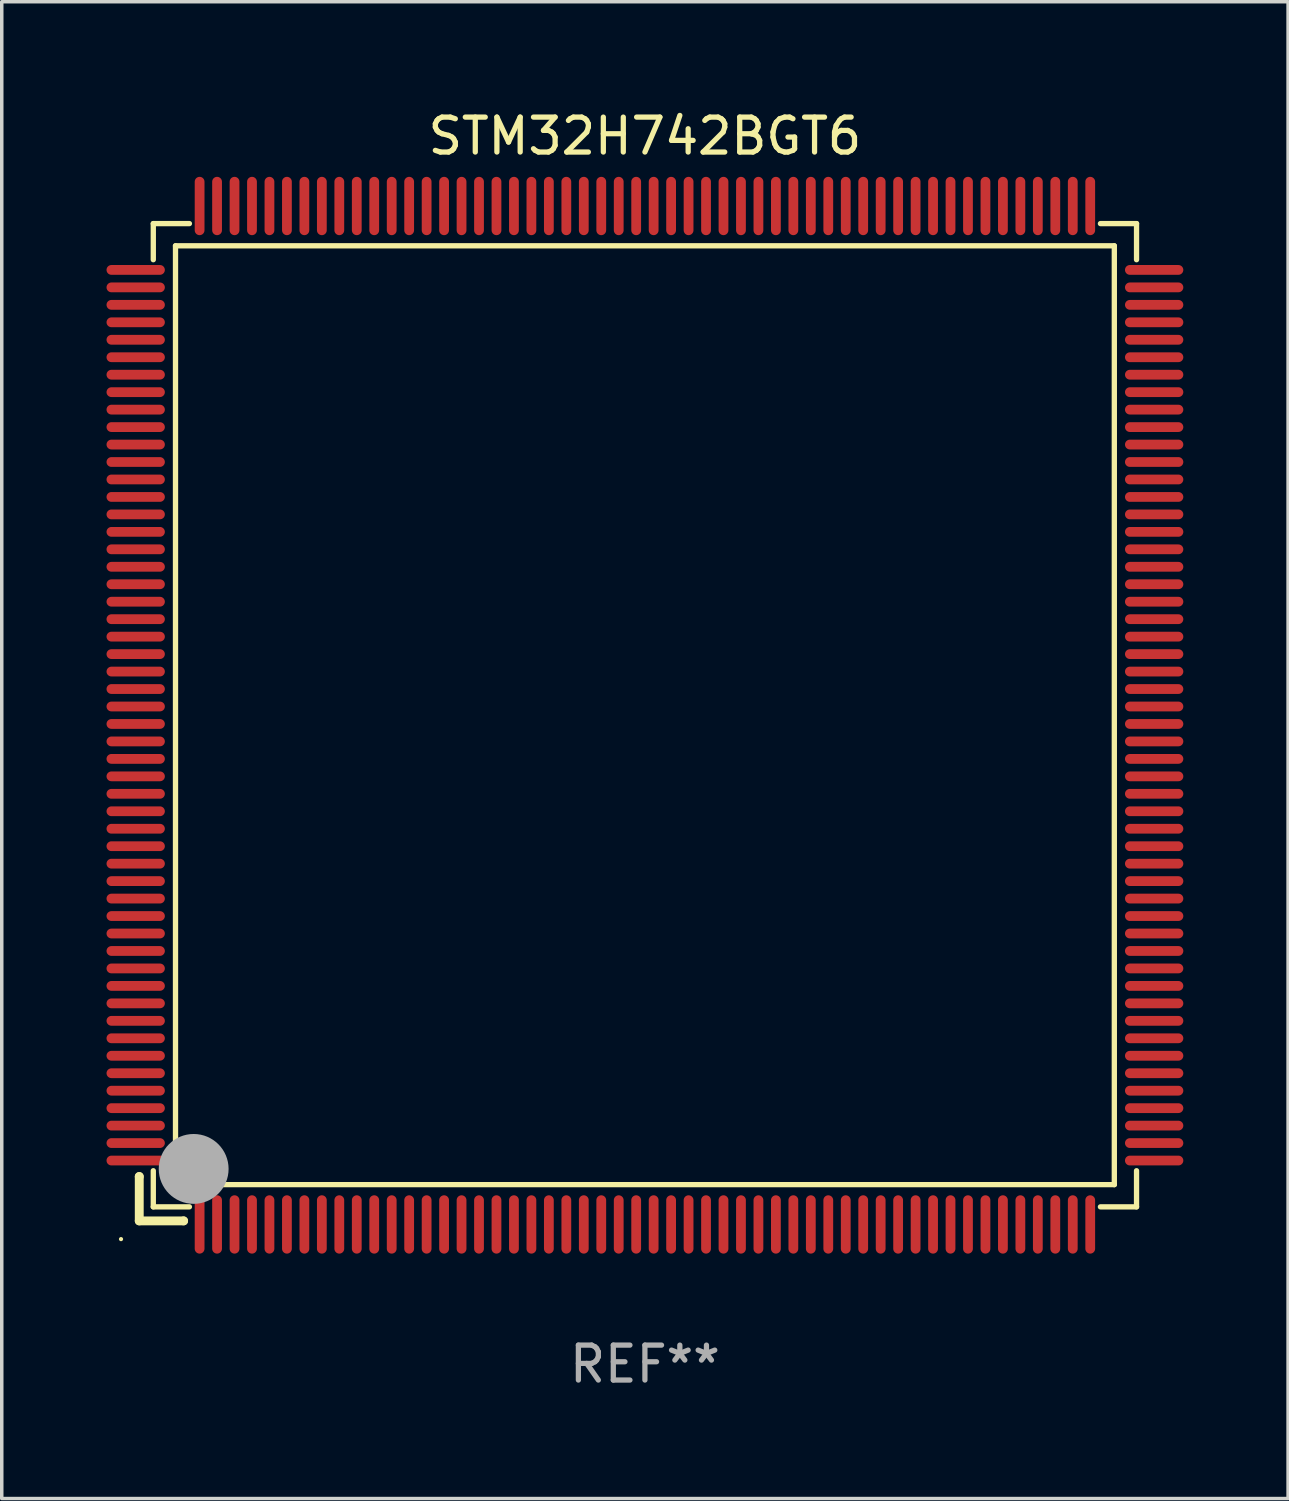
<source format=kicad_pcb>
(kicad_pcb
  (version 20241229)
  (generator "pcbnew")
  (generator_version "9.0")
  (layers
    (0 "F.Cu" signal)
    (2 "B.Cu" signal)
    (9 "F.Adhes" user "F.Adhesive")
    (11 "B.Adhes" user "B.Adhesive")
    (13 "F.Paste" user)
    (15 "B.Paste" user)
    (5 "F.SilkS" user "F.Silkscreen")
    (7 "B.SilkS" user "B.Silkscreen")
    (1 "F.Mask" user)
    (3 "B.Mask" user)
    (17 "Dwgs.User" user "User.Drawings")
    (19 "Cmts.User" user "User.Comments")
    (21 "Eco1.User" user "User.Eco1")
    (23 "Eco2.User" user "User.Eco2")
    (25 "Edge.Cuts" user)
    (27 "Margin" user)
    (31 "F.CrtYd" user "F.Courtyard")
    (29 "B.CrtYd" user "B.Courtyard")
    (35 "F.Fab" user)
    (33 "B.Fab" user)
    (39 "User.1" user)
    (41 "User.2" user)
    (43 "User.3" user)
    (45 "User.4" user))
  (footprint "STM32H742BGT6"
    (layer "F.Cu")
    (at 15.415 17.428)
    (property "Reference" "STM32H742BGT6" (at 0 -16.58 0) (layer "F.SilkS") (effects (font (size 1 1) (thickness 0.15))))
    (attr through_hole)
    (fp_line (start -14.478 13.208) (end -14.478 13.208) (stroke (width 0.254) (type solid)) (layer "F.SilkS"))
    (fp_line (start -14.478 13.208) (end -14.478 14.478) (stroke (width 0.254) (type solid)) (layer "F.SilkS"))
    (fp_line (start -14.478 14.478) (end -13.208 14.478) (stroke (width 0.254) (type solid)) (layer "F.SilkS"))
    (fp_line (start -14.076 -14.076) (end -14.076 -13.042) (stroke (width 0.152) (type solid)) (layer "F.SilkS"))
    (fp_line (start -14.076 14.076) (end -14.076 13.042) (stroke (width 0.152) (type solid)) (layer "F.SilkS"))
    (fp_line (start -13.44 -13.44) (end 13.44 -13.44) (stroke (width 0.152) (type solid)) (layer "F.SilkS"))
    (fp_line (start -13.44 13.44) (end -13.44 -13.44) (stroke (width 0.152) (type solid)) (layer "F.SilkS"))
    (fp_line (start -13.208 14.478) (end -13.208 14.478) (stroke (width 0.254) (type solid)) (layer "F.SilkS"))
    (fp_line (start -13.042 -14.076) (end -14.076 -14.076) (stroke (width 0.152) (type solid)) (layer "F.SilkS"))
    (fp_line (start -13.042 14.076) (end -14.076 14.076) (stroke (width 0.152) (type solid)) (layer "F.SilkS"))
    (fp_line (start 13.042 -14.076) (end 14.076 -14.076) (stroke (width 0.152) (type solid)) (layer "F.SilkS"))
    (fp_line (start 13.042 14.076) (end 14.076 14.076) (stroke (width 0.152) (type solid)) (layer "F.SilkS"))
    (fp_line (start 13.44 -13.44) (end 13.44 13.44) (stroke (width 0.152) (type solid)) (layer "F.SilkS"))
    (fp_line (start 13.44 13.44) (end -13.44 13.44) (stroke (width 0.152) (type solid)) (layer "F.SilkS"))
    (fp_line (start 14.076 -14.076) (end 14.076 -13.042) (stroke (width 0.152) (type solid)) (layer "F.SilkS"))
    (fp_line (start 14.076 14.076) (end 14.076 13.042) (stroke (width 0.152) (type solid)) (layer "F.SilkS"))
    (fp_circle (center -15 15) (end -14.97 15) (stroke (width 0.06) (type solid)) (fill no) (layer "F.SilkS"))
    (fp_circle (center -13.138 13.138) (end -13.063 13.138) (stroke (width 0.15) (type solid)) (fill no) (layer "F.SilkS"))
    (fp_circle (center -12.92 12.99) (end -12.42 12.99) (stroke (width 1) (type solid)) (fill no) (layer "F.Fab"))
    (fp_text user "REF**" (at 0 18.58 0) (layer "F.Fab") (effects (font (size 1 1) (thickness 0.15))))
    (pad "1" smd oval (at -12.75 14.58) (size 0.28 1.67) (layers "F.Cu" "F.Mask" "F.Paste"))
    (pad "2" smd oval (at -12.25 14.58) (size 0.28 1.67) (layers "F.Cu" "F.Mask" "F.Paste"))
    (pad "3" smd oval (at -11.75 14.58) (size 0.28 1.67) (layers "F.Cu" "F.Mask" "F.Paste"))
    (pad "4" smd oval (at -11.25 14.58) (size 0.28 1.67) (layers "F.Cu" "F.Mask" "F.Paste"))
    (pad "5" smd oval (at -10.75 14.58) (size 0.28 1.67) (layers "F.Cu" "F.Mask" "F.Paste"))
    (pad "6" smd oval (at -10.25 14.58) (size 0.28 1.67) (layers "F.Cu" "F.Mask" "F.Paste"))
    (pad "7" smd oval (at -9.75 14.58) (size 0.28 1.67) (layers "F.Cu" "F.Mask" "F.Paste"))
    (pad "8" smd oval (at -9.25 14.58) (size 0.28 1.67) (layers "F.Cu" "F.Mask" "F.Paste"))
    (pad "9" smd oval (at -8.75 14.58) (size 0.28 1.67) (layers "F.Cu" "F.Mask" "F.Paste"))
    (pad "10" smd oval (at -8.25 14.58) (size 0.28 1.67) (layers "F.Cu" "F.Mask" "F.Paste"))
    (pad "11" smd oval (at -7.75 14.58) (size 0.28 1.67) (layers "F.Cu" "F.Mask" "F.Paste"))
    (pad "12" smd oval (at -7.25 14.58) (size 0.28 1.67) (layers "F.Cu" "F.Mask" "F.Paste"))
    (pad "13" smd oval (at -6.75 14.58) (size 0.28 1.67) (layers "F.Cu" "F.Mask" "F.Paste"))
    (pad "14" smd oval (at -6.25 14.58) (size 0.28 1.67) (layers "F.Cu" "F.Mask" "F.Paste"))
    (pad "15" smd oval (at -5.75 14.58) (size 0.28 1.67) (layers "F.Cu" "F.Mask" "F.Paste"))
    (pad "16" smd oval (at -5.25 14.58) (size 0.28 1.67) (layers "F.Cu" "F.Mask" "F.Paste"))
    (pad "17" smd oval (at -4.75 14.58) (size 0.28 1.67) (layers "F.Cu" "F.Mask" "F.Paste"))
    (pad "18" smd oval (at -4.25 14.58) (size 0.28 1.67) (layers "F.Cu" "F.Mask" "F.Paste"))
    (pad "19" smd oval (at -3.75 14.58) (size 0.28 1.67) (layers "F.Cu" "F.Mask" "F.Paste"))
    (pad "20" smd oval (at -3.25 14.58) (size 0.28 1.67) (layers "F.Cu" "F.Mask" "F.Paste"))
    (pad "21" smd oval (at -2.75 14.58) (size 0.28 1.67) (layers "F.Cu" "F.Mask" "F.Paste"))
    (pad "22" smd oval (at -2.25 14.58) (size 0.28 1.67) (layers "F.Cu" "F.Mask" "F.Paste"))
    (pad "23" smd oval (at -1.75 14.58) (size 0.28 1.67) (layers "F.Cu" "F.Mask" "F.Paste"))
    (pad "24" smd oval (at -1.25 14.58) (size 0.28 1.67) (layers "F.Cu" "F.Mask" "F.Paste"))
    (pad "25" smd oval (at -0.75 14.58) (size 0.28 1.67) (layers "F.Cu" "F.Mask" "F.Paste"))
    (pad "26" smd oval (at -0.25 14.58) (size 0.28 1.67) (layers "F.Cu" "F.Mask" "F.Paste"))
    (pad "27" smd oval (at 0.25 14.58) (size 0.28 1.67) (layers "F.Cu" "F.Mask" "F.Paste"))
    (pad "28" smd oval (at 0.75 14.58) (size 0.28 1.67) (layers "F.Cu" "F.Mask" "F.Paste"))
    (pad "29" smd oval (at 1.25 14.58) (size 0.28 1.67) (layers "F.Cu" "F.Mask" "F.Paste"))
    (pad "30" smd oval (at 1.75 14.58) (size 0.28 1.67) (layers "F.Cu" "F.Mask" "F.Paste"))
    (pad "31" smd oval (at 2.25 14.58) (size 0.28 1.67) (layers "F.Cu" "F.Mask" "F.Paste"))
    (pad "32" smd oval (at 2.75 14.58) (size 0.28 1.67) (layers "F.Cu" "F.Mask" "F.Paste"))
    (pad "33" smd oval (at 3.25 14.58) (size 0.28 1.67) (layers "F.Cu" "F.Mask" "F.Paste"))
    (pad "34" smd oval (at 3.75 14.58) (size 0.28 1.67) (layers "F.Cu" "F.Mask" "F.Paste"))
    (pad "35" smd oval (at 4.25 14.58) (size 0.28 1.67) (layers "F.Cu" "F.Mask" "F.Paste"))
    (pad "36" smd oval (at 4.75 14.58) (size 0.28 1.67) (layers "F.Cu" "F.Mask" "F.Paste"))
    (pad "37" smd oval (at 5.25 14.58) (size 0.28 1.67) (layers "F.Cu" "F.Mask" "F.Paste"))
    (pad "38" smd oval (at 5.75 14.58) (size 0.28 1.67) (layers "F.Cu" "F.Mask" "F.Paste"))
    (pad "39" smd oval (at 6.25 14.58) (size 0.28 1.67) (layers "F.Cu" "F.Mask" "F.Paste"))
    (pad "40" smd oval (at 6.75 14.58) (size 0.28 1.67) (layers "F.Cu" "F.Mask" "F.Paste"))
    (pad "41" smd oval (at 7.25 14.58) (size 0.28 1.67) (layers "F.Cu" "F.Mask" "F.Paste"))
    (pad "42" smd oval (at 7.75 14.58) (size 0.28 1.67) (layers "F.Cu" "F.Mask" "F.Paste"))
    (pad "43" smd oval (at 8.25 14.58) (size 0.28 1.67) (layers "F.Cu" "F.Mask" "F.Paste"))
    (pad "44" smd oval (at 8.75 14.58) (size 0.28 1.67) (layers "F.Cu" "F.Mask" "F.Paste"))
    (pad "45" smd oval (at 9.25 14.58) (size 0.28 1.67) (layers "F.Cu" "F.Mask" "F.Paste"))
    (pad "46" smd oval (at 9.75 14.58) (size 0.28 1.67) (layers "F.Cu" "F.Mask" "F.Paste"))
    (pad "47" smd oval (at 10.25 14.58) (size 0.28 1.67) (layers "F.Cu" "F.Mask" "F.Paste"))
    (pad "48" smd oval (at 10.75 14.58) (size 0.28 1.67) (layers "F.Cu" "F.Mask" "F.Paste"))
    (pad "49" smd oval (at 11.25 14.58) (size 0.28 1.67) (layers "F.Cu" "F.Mask" "F.Paste"))
    (pad "50" smd oval (at 11.75 14.58) (size 0.28 1.67) (layers "F.Cu" "F.Mask" "F.Paste"))
    (pad "51" smd oval (at 12.25 14.58) (size 0.28 1.67) (layers "F.Cu" "F.Mask" "F.Paste"))
    (pad "52" smd oval (at 12.75 14.58) (size 0.28 1.67) (layers "F.Cu" "F.Mask" "F.Paste"))
    (pad "53" smd oval (at 14.58 12.75) (size 1.67 0.28) (layers "F.Cu" "F.Mask" "F.Paste"))
    (pad "54" smd oval (at 14.58 12.25) (size 1.67 0.28) (layers "F.Cu" "F.Mask" "F.Paste"))
    (pad "55" smd oval (at 14.58 11.75) (size 1.67 0.28) (layers "F.Cu" "F.Mask" "F.Paste"))
    (pad "56" smd oval (at 14.58 11.25) (size 1.67 0.28) (layers "F.Cu" "F.Mask" "F.Paste"))
    (pad "57" smd oval (at 14.58 10.75) (size 1.67 0.28) (layers "F.Cu" "F.Mask" "F.Paste"))
    (pad "58" smd oval (at 14.58 10.25) (size 1.67 0.28) (layers "F.Cu" "F.Mask" "F.Paste"))
    (pad "59" smd oval (at 14.58 9.75) (size 1.67 0.28) (layers "F.Cu" "F.Mask" "F.Paste"))
    (pad "60" smd oval (at 14.58 9.25) (size 1.67 0.28) (layers "F.Cu" "F.Mask" "F.Paste"))
    (pad "61" smd oval (at 14.58 8.75) (size 1.67 0.28) (layers "F.Cu" "F.Mask" "F.Paste"))
    (pad "62" smd oval (at 14.58 8.25) (size 1.67 0.28) (layers "F.Cu" "F.Mask" "F.Paste"))
    (pad "63" smd oval (at 14.58 7.75) (size 1.67 0.28) (layers "F.Cu" "F.Mask" "F.Paste"))
    (pad "64" smd oval (at 14.58 7.25) (size 1.67 0.28) (layers "F.Cu" "F.Mask" "F.Paste"))
    (pad "65" smd oval (at 14.58 6.75) (size 1.67 0.28) (layers "F.Cu" "F.Mask" "F.Paste"))
    (pad "66" smd oval (at 14.58 6.25) (size 1.67 0.28) (layers "F.Cu" "F.Mask" "F.Paste"))
    (pad "67" smd oval (at 14.58 5.75) (size 1.67 0.28) (layers "F.Cu" "F.Mask" "F.Paste"))
    (pad "68" smd oval (at 14.58 5.25) (size 1.67 0.28) (layers "F.Cu" "F.Mask" "F.Paste"))
    (pad "69" smd oval (at 14.58 4.75) (size 1.67 0.28) (layers "F.Cu" "F.Mask" "F.Paste"))
    (pad "70" smd oval (at 14.58 4.25) (size 1.67 0.28) (layers "F.Cu" "F.Mask" "F.Paste"))
    (pad "71" smd oval (at 14.58 3.75) (size 1.67 0.28) (layers "F.Cu" "F.Mask" "F.Paste"))
    (pad "72" smd oval (at 14.58 3.25) (size 1.67 0.28) (layers "F.Cu" "F.Mask" "F.Paste"))
    (pad "73" smd oval (at 14.58 2.75) (size 1.67 0.28) (layers "F.Cu" "F.Mask" "F.Paste"))
    (pad "74" smd oval (at 14.58 2.25) (size 1.67 0.28) (layers "F.Cu" "F.Mask" "F.Paste"))
    (pad "75" smd oval (at 14.58 1.75) (size 1.67 0.28) (layers "F.Cu" "F.Mask" "F.Paste"))
    (pad "76" smd oval (at 14.58 1.25) (size 1.67 0.28) (layers "F.Cu" "F.Mask" "F.Paste"))
    (pad "77" smd oval (at 14.58 0.75) (size 1.67 0.28) (layers "F.Cu" "F.Mask" "F.Paste"))
    (pad "78" smd oval (at 14.58 0.25) (size 1.67 0.28) (layers "F.Cu" "F.Mask" "F.Paste"))
    (pad "79" smd oval (at 14.58 -0.25) (size 1.67 0.28) (layers "F.Cu" "F.Mask" "F.Paste"))
    (pad "80" smd oval (at 14.58 -0.75) (size 1.67 0.28) (layers "F.Cu" "F.Mask" "F.Paste"))
    (pad "81" smd oval (at 14.58 -1.25) (size 1.67 0.28) (layers "F.Cu" "F.Mask" "F.Paste"))
    (pad "82" smd oval (at 14.58 -1.75) (size 1.67 0.28) (layers "F.Cu" "F.Mask" "F.Paste"))
    (pad "83" smd oval (at 14.58 -2.25) (size 1.67 0.28) (layers "F.Cu" "F.Mask" "F.Paste"))
    (pad "84" smd oval (at 14.58 -2.75) (size 1.67 0.28) (layers "F.Cu" "F.Mask" "F.Paste"))
    (pad "85" smd oval (at 14.58 -3.25) (size 1.67 0.28) (layers "F.Cu" "F.Mask" "F.Paste"))
    (pad "86" smd oval (at 14.58 -3.75) (size 1.67 0.28) (layers "F.Cu" "F.Mask" "F.Paste"))
    (pad "87" smd oval (at 14.58 -4.25) (size 1.67 0.28) (layers "F.Cu" "F.Mask" "F.Paste"))
    (pad "88" smd oval (at 14.58 -4.75) (size 1.67 0.28) (layers "F.Cu" "F.Mask" "F.Paste"))
    (pad "89" smd oval (at 14.58 -5.25) (size 1.67 0.28) (layers "F.Cu" "F.Mask" "F.Paste"))
    (pad "90" smd oval (at 14.58 -5.75) (size 1.67 0.28) (layers "F.Cu" "F.Mask" "F.Paste"))
    (pad "91" smd oval (at 14.58 -6.25) (size 1.67 0.28) (layers "F.Cu" "F.Mask" "F.Paste"))
    (pad "92" smd oval (at 14.58 -6.75) (size 1.67 0.28) (layers "F.Cu" "F.Mask" "F.Paste"))
    (pad "93" smd oval (at 14.58 -7.25) (size 1.67 0.28) (layers "F.Cu" "F.Mask" "F.Paste"))
    (pad "94" smd oval (at 14.58 -7.75) (size 1.67 0.28) (layers "F.Cu" "F.Mask" "F.Paste"))
    (pad "95" smd oval (at 14.58 -8.25) (size 1.67 0.28) (layers "F.Cu" "F.Mask" "F.Paste"))
    (pad "96" smd oval (at 14.58 -8.75) (size 1.67 0.28) (layers "F.Cu" "F.Mask" "F.Paste"))
    (pad "97" smd oval (at 14.58 -9.25) (size 1.67 0.28) (layers "F.Cu" "F.Mask" "F.Paste"))
    (pad "98" smd oval (at 14.58 -9.75) (size 1.67 0.28) (layers "F.Cu" "F.Mask" "F.Paste"))
    (pad "99" smd oval (at 14.58 -10.25) (size 1.67 0.28) (layers "F.Cu" "F.Mask" "F.Paste"))
    (pad "100" smd oval (at 14.58 -10.75) (size 1.67 0.28) (layers "F.Cu" "F.Mask" "F.Paste"))
    (pad "101" smd oval (at 14.58 -11.25) (size 1.67 0.28) (layers "F.Cu" "F.Mask" "F.Paste"))
    (pad "102" smd oval (at 14.58 -11.75) (size 1.67 0.28) (layers "F.Cu" "F.Mask" "F.Paste"))
    (pad "103" smd oval (at 14.58 -12.25) (size 1.67 0.28) (layers "F.Cu" "F.Mask" "F.Paste"))
    (pad "104" smd oval (at 14.58 -12.75) (size 1.67 0.28) (layers "F.Cu" "F.Mask" "F.Paste"))
    (pad "105" smd oval (at 12.75 -14.58) (size 0.28 1.67) (layers "F.Cu" "F.Mask" "F.Paste"))
    (pad "106" smd oval (at 12.25 -14.58) (size 0.28 1.67) (layers "F.Cu" "F.Mask" "F.Paste"))
    (pad "107" smd oval (at 11.75 -14.58) (size 0.28 1.67) (layers "F.Cu" "F.Mask" "F.Paste"))
    (pad "108" smd oval (at 11.25 -14.58) (size 0.28 1.67) (layers "F.Cu" "F.Mask" "F.Paste"))
    (pad "109" smd oval (at 10.75 -14.58) (size 0.28 1.67) (layers "F.Cu" "F.Mask" "F.Paste"))
    (pad "110" smd oval (at 10.25 -14.58) (size 0.28 1.67) (layers "F.Cu" "F.Mask" "F.Paste"))
    (pad "111" smd oval (at 9.75 -14.58) (size 0.28 1.67) (layers "F.Cu" "F.Mask" "F.Paste"))
    (pad "112" smd oval (at 9.25 -14.58) (size 0.28 1.67) (layers "F.Cu" "F.Mask" "F.Paste"))
    (pad "113" smd oval (at 8.75 -14.58) (size 0.28 1.67) (layers "F.Cu" "F.Mask" "F.Paste"))
    (pad "114" smd oval (at 8.25 -14.58) (size 0.28 1.67) (layers "F.Cu" "F.Mask" "F.Paste"))
    (pad "115" smd oval (at 7.75 -14.58) (size 0.28 1.67) (layers "F.Cu" "F.Mask" "F.Paste"))
    (pad "116" smd oval (at 7.25 -14.58) (size 0.28 1.67) (layers "F.Cu" "F.Mask" "F.Paste"))
    (pad "117" smd oval (at 6.75 -14.58) (size 0.28 1.67) (layers "F.Cu" "F.Mask" "F.Paste"))
    (pad "118" smd oval (at 6.25 -14.58) (size 0.28 1.67) (layers "F.Cu" "F.Mask" "F.Paste"))
    (pad "119" smd oval (at 5.75 -14.58) (size 0.28 1.67) (layers "F.Cu" "F.Mask" "F.Paste"))
    (pad "120" smd oval (at 5.25 -14.58) (size 0.28 1.67) (layers "F.Cu" "F.Mask" "F.Paste"))
    (pad "121" smd oval (at 4.75 -14.58) (size 0.28 1.67) (layers "F.Cu" "F.Mask" "F.Paste"))
    (pad "122" smd oval (at 4.25 -14.58) (size 0.28 1.67) (layers "F.Cu" "F.Mask" "F.Paste"))
    (pad "123" smd oval (at 3.75 -14.58) (size 0.28 1.67) (layers "F.Cu" "F.Mask" "F.Paste"))
    (pad "124" smd oval (at 3.25 -14.58) (size 0.28 1.67) (layers "F.Cu" "F.Mask" "F.Paste"))
    (pad "125" smd oval (at 2.75 -14.58) (size 0.28 1.67) (layers "F.Cu" "F.Mask" "F.Paste"))
    (pad "126" smd oval (at 2.25 -14.58) (size 0.28 1.67) (layers "F.Cu" "F.Mask" "F.Paste"))
    (pad "127" smd oval (at 1.75 -14.58) (size 0.28 1.67) (layers "F.Cu" "F.Mask" "F.Paste"))
    (pad "128" smd oval (at 1.25 -14.58) (size 0.28 1.67) (layers "F.Cu" "F.Mask" "F.Paste"))
    (pad "129" smd oval (at 0.75 -14.58) (size 0.28 1.67) (layers "F.Cu" "F.Mask" "F.Paste"))
    (pad "130" smd oval (at 0.25 -14.58) (size 0.28 1.67) (layers "F.Cu" "F.Mask" "F.Paste"))
    (pad "131" smd oval (at -0.25 -14.58) (size 0.28 1.67) (layers "F.Cu" "F.Mask" "F.Paste"))
    (pad "132" smd oval (at -0.75 -14.58) (size 0.28 1.67) (layers "F.Cu" "F.Mask" "F.Paste"))
    (pad "133" smd oval (at -1.25 -14.58) (size 0.28 1.67) (layers "F.Cu" "F.Mask" "F.Paste"))
    (pad "134" smd oval (at -1.75 -14.58) (size 0.28 1.67) (layers "F.Cu" "F.Mask" "F.Paste"))
    (pad "135" smd oval (at -2.25 -14.58) (size 0.28 1.67) (layers "F.Cu" "F.Mask" "F.Paste"))
    (pad "136" smd oval (at -2.75 -14.58) (size 0.28 1.67) (layers "F.Cu" "F.Mask" "F.Paste"))
    (pad "137" smd oval (at -3.25 -14.58) (size 0.28 1.67) (layers "F.Cu" "F.Mask" "F.Paste"))
    (pad "138" smd oval (at -3.75 -14.58) (size 0.28 1.67) (layers "F.Cu" "F.Mask" "F.Paste"))
    (pad "139" smd oval (at -4.25 -14.58) (size 0.28 1.67) (layers "F.Cu" "F.Mask" "F.Paste"))
    (pad "140" smd oval (at -4.75 -14.58) (size 0.28 1.67) (layers "F.Cu" "F.Mask" "F.Paste"))
    (pad "141" smd oval (at -5.25 -14.58) (size 0.28 1.67) (layers "F.Cu" "F.Mask" "F.Paste"))
    (pad "142" smd oval (at -5.75 -14.58) (size 0.28 1.67) (layers "F.Cu" "F.Mask" "F.Paste"))
    (pad "143" smd oval (at -6.25 -14.58) (size 0.28 1.67) (layers "F.Cu" "F.Mask" "F.Paste"))
    (pad "144" smd oval (at -6.75 -14.58) (size 0.28 1.67) (layers "F.Cu" "F.Mask" "F.Paste"))
    (pad "145" smd oval (at -7.25 -14.58) (size 0.28 1.67) (layers "F.Cu" "F.Mask" "F.Paste"))
    (pad "146" smd oval (at -7.75 -14.58) (size 0.28 1.67) (layers "F.Cu" "F.Mask" "F.Paste"))
    (pad "147" smd oval (at -8.25 -14.58) (size 0.28 1.67) (layers "F.Cu" "F.Mask" "F.Paste"))
    (pad "148" smd oval (at -8.75 -14.58) (size 0.28 1.67) (layers "F.Cu" "F.Mask" "F.Paste"))
    (pad "149" smd oval (at -9.25 -14.58) (size 0.28 1.67) (layers "F.Cu" "F.Mask" "F.Paste"))
    (pad "150" smd oval (at -9.75 -14.58) (size 0.28 1.67) (layers "F.Cu" "F.Mask" "F.Paste"))
    (pad "151" smd oval (at -10.25 -14.58) (size 0.28 1.67) (layers "F.Cu" "F.Mask" "F.Paste"))
    (pad "152" smd oval (at -10.75 -14.58) (size 0.28 1.67) (layers "F.Cu" "F.Mask" "F.Paste"))
    (pad "153" smd oval (at -11.25 -14.58) (size 0.28 1.67) (layers "F.Cu" "F.Mask" "F.Paste"))
    (pad "154" smd oval (at -11.75 -14.58) (size 0.28 1.67) (layers "F.Cu" "F.Mask" "F.Paste"))
    (pad "155" smd oval (at -12.25 -14.58) (size 0.28 1.67) (layers "F.Cu" "F.Mask" "F.Paste"))
    (pad "156" smd oval (at -12.75 -14.58) (size 0.28 1.67) (layers "F.Cu" "F.Mask" "F.Paste"))
    (pad "157" smd oval (at -14.58 -12.75) (size 1.67 0.28) (layers "F.Cu" "F.Mask" "F.Paste"))
    (pad "158" smd oval (at -14.58 -12.25) (size 1.67 0.28) (layers "F.Cu" "F.Mask" "F.Paste"))
    (pad "159" smd oval (at -14.58 -11.75) (size 1.67 0.28) (layers "F.Cu" "F.Mask" "F.Paste"))
    (pad "160" smd oval (at -14.58 -11.25) (size 1.67 0.28) (layers "F.Cu" "F.Mask" "F.Paste"))
    (pad "161" smd oval (at -14.58 -10.75) (size 1.67 0.28) (layers "F.Cu" "F.Mask" "F.Paste"))
    (pad "162" smd oval (at -14.58 -10.25) (size 1.67 0.28) (layers "F.Cu" "F.Mask" "F.Paste"))
    (pad "163" smd oval (at -14.58 -9.75) (size 1.67 0.28) (layers "F.Cu" "F.Mask" "F.Paste"))
    (pad "164" smd oval (at -14.58 -9.25) (size 1.67 0.28) (layers "F.Cu" "F.Mask" "F.Paste"))
    (pad "165" smd oval (at -14.58 -8.75) (size 1.67 0.28) (layers "F.Cu" "F.Mask" "F.Paste"))
    (pad "166" smd oval (at -14.58 -8.25) (size 1.67 0.28) (layers "F.Cu" "F.Mask" "F.Paste"))
    (pad "167" smd oval (at -14.58 -7.75) (size 1.67 0.28) (layers "F.Cu" "F.Mask" "F.Paste"))
    (pad "168" smd oval (at -14.58 -7.25) (size 1.67 0.28) (layers "F.Cu" "F.Mask" "F.Paste"))
    (pad "169" smd oval (at -14.58 -6.75) (size 1.67 0.28) (layers "F.Cu" "F.Mask" "F.Paste"))
    (pad "170" smd oval (at -14.58 -6.25) (size 1.67 0.28) (layers "F.Cu" "F.Mask" "F.Paste"))
    (pad "171" smd oval (at -14.58 -5.75) (size 1.67 0.28) (layers "F.Cu" "F.Mask" "F.Paste"))
    (pad "172" smd oval (at -14.58 -5.25) (size 1.67 0.28) (layers "F.Cu" "F.Mask" "F.Paste"))
    (pad "173" smd oval (at -14.58 -4.75) (size 1.67 0.28) (layers "F.Cu" "F.Mask" "F.Paste"))
    (pad "174" smd oval (at -14.58 -4.25) (size 1.67 0.28) (layers "F.Cu" "F.Mask" "F.Paste"))
    (pad "175" smd oval (at -14.58 -3.75) (size 1.67 0.28) (layers "F.Cu" "F.Mask" "F.Paste"))
    (pad "176" smd oval (at -14.58 -3.25) (size 1.67 0.28) (layers "F.Cu" "F.Mask" "F.Paste"))
    (pad "177" smd oval (at -14.58 -2.75) (size 1.67 0.28) (layers "F.Cu" "F.Mask" "F.Paste"))
    (pad "178" smd oval (at -14.58 -2.25) (size 1.67 0.28) (layers "F.Cu" "F.Mask" "F.Paste"))
    (pad "179" smd oval (at -14.58 -1.75) (size 1.67 0.28) (layers "F.Cu" "F.Mask" "F.Paste"))
    (pad "180" smd oval (at -14.58 -1.25) (size 1.67 0.28) (layers "F.Cu" "F.Mask" "F.Paste"))
    (pad "181" smd oval (at -14.58 -0.75) (size 1.67 0.28) (layers "F.Cu" "F.Mask" "F.Paste"))
    (pad "182" smd oval (at -14.58 -0.25) (size 1.67 0.28) (layers "F.Cu" "F.Mask" "F.Paste"))
    (pad "183" smd oval (at -14.58 0.25) (size 1.67 0.28) (layers "F.Cu" "F.Mask" "F.Paste"))
    (pad "184" smd oval (at -14.58 0.75) (size 1.67 0.28) (layers "F.Cu" "F.Mask" "F.Paste"))
    (pad "185" smd oval (at -14.58 1.25) (size 1.67 0.28) (layers "F.Cu" "F.Mask" "F.Paste"))
    (pad "186" smd oval (at -14.58 1.75) (size 1.67 0.28) (layers "F.Cu" "F.Mask" "F.Paste"))
    (pad "187" smd oval (at -14.58 2.25) (size 1.67 0.28) (layers "F.Cu" "F.Mask" "F.Paste"))
    (pad "188" smd oval (at -14.58 2.75) (size 1.67 0.28) (layers "F.Cu" "F.Mask" "F.Paste"))
    (pad "189" smd oval (at -14.58 3.25) (size 1.67 0.28) (layers "F.Cu" "F.Mask" "F.Paste"))
    (pad "190" smd oval (at -14.58 3.75) (size 1.67 0.28) (layers "F.Cu" "F.Mask" "F.Paste"))
    (pad "191" smd oval (at -14.58 4.25) (size 1.67 0.28) (layers "F.Cu" "F.Mask" "F.Paste"))
    (pad "192" smd oval (at -14.58 4.75) (size 1.67 0.28) (layers "F.Cu" "F.Mask" "F.Paste"))
    (pad "193" smd oval (at -14.58 5.25) (size 1.67 0.28) (layers "F.Cu" "F.Mask" "F.Paste"))
    (pad "194" smd oval (at -14.58 5.75) (size 1.67 0.28) (layers "F.Cu" "F.Mask" "F.Paste"))
    (pad "195" smd oval (at -14.58 6.25) (size 1.67 0.28) (layers "F.Cu" "F.Mask" "F.Paste"))
    (pad "196" smd oval (at -14.58 6.75) (size 1.67 0.28) (layers "F.Cu" "F.Mask" "F.Paste"))
    (pad "197" smd oval (at -14.58 7.25) (size 1.67 0.28) (layers "F.Cu" "F.Mask" "F.Paste"))
    (pad "198" smd oval (at -14.58 7.75) (size 1.67 0.28) (layers "F.Cu" "F.Mask" "F.Paste"))
    (pad "199" smd oval (at -14.58 8.25) (size 1.67 0.28) (layers "F.Cu" "F.Mask" "F.Paste"))
    (pad "200" smd oval (at -14.58 8.75) (size 1.67 0.28) (layers "F.Cu" "F.Mask" "F.Paste"))
    (pad "201" smd oval (at -14.58 9.25) (size 1.67 0.28) (layers "F.Cu" "F.Mask" "F.Paste"))
    (pad "202" smd oval (at -14.58 9.75) (size 1.67 0.28) (layers "F.Cu" "F.Mask" "F.Paste"))
    (pad "203" smd oval (at -14.58 10.25) (size 1.67 0.28) (layers "F.Cu" "F.Mask" "F.Paste"))
    (pad "204" smd oval (at -14.58 10.75) (size 1.67 0.28) (layers "F.Cu" "F.Mask" "F.Paste"))
    (pad "205" smd oval (at -14.58 11.25) (size 1.67 0.28) (layers "F.Cu" "F.Mask" "F.Paste"))
    (pad "206" smd oval (at -14.58 11.75) (size 1.67 0.28) (layers "F.Cu" "F.Mask" "F.Paste"))
    (pad "207" smd oval (at -14.58 12.25) (size 1.67 0.28) (layers "F.Cu" "F.Mask" "F.Paste"))
    (pad "208" smd oval (at -14.58 12.75) (size 1.67 0.28) (layers "F.Cu" "F.Mask" "F.Paste")))
  (gr_rect
    (start -3 -3)
    (end 33.83 39.856)
    (stroke (width 0.1) (type default))
    (fill no)
    (layer "Edge.Cuts")))
</source>
